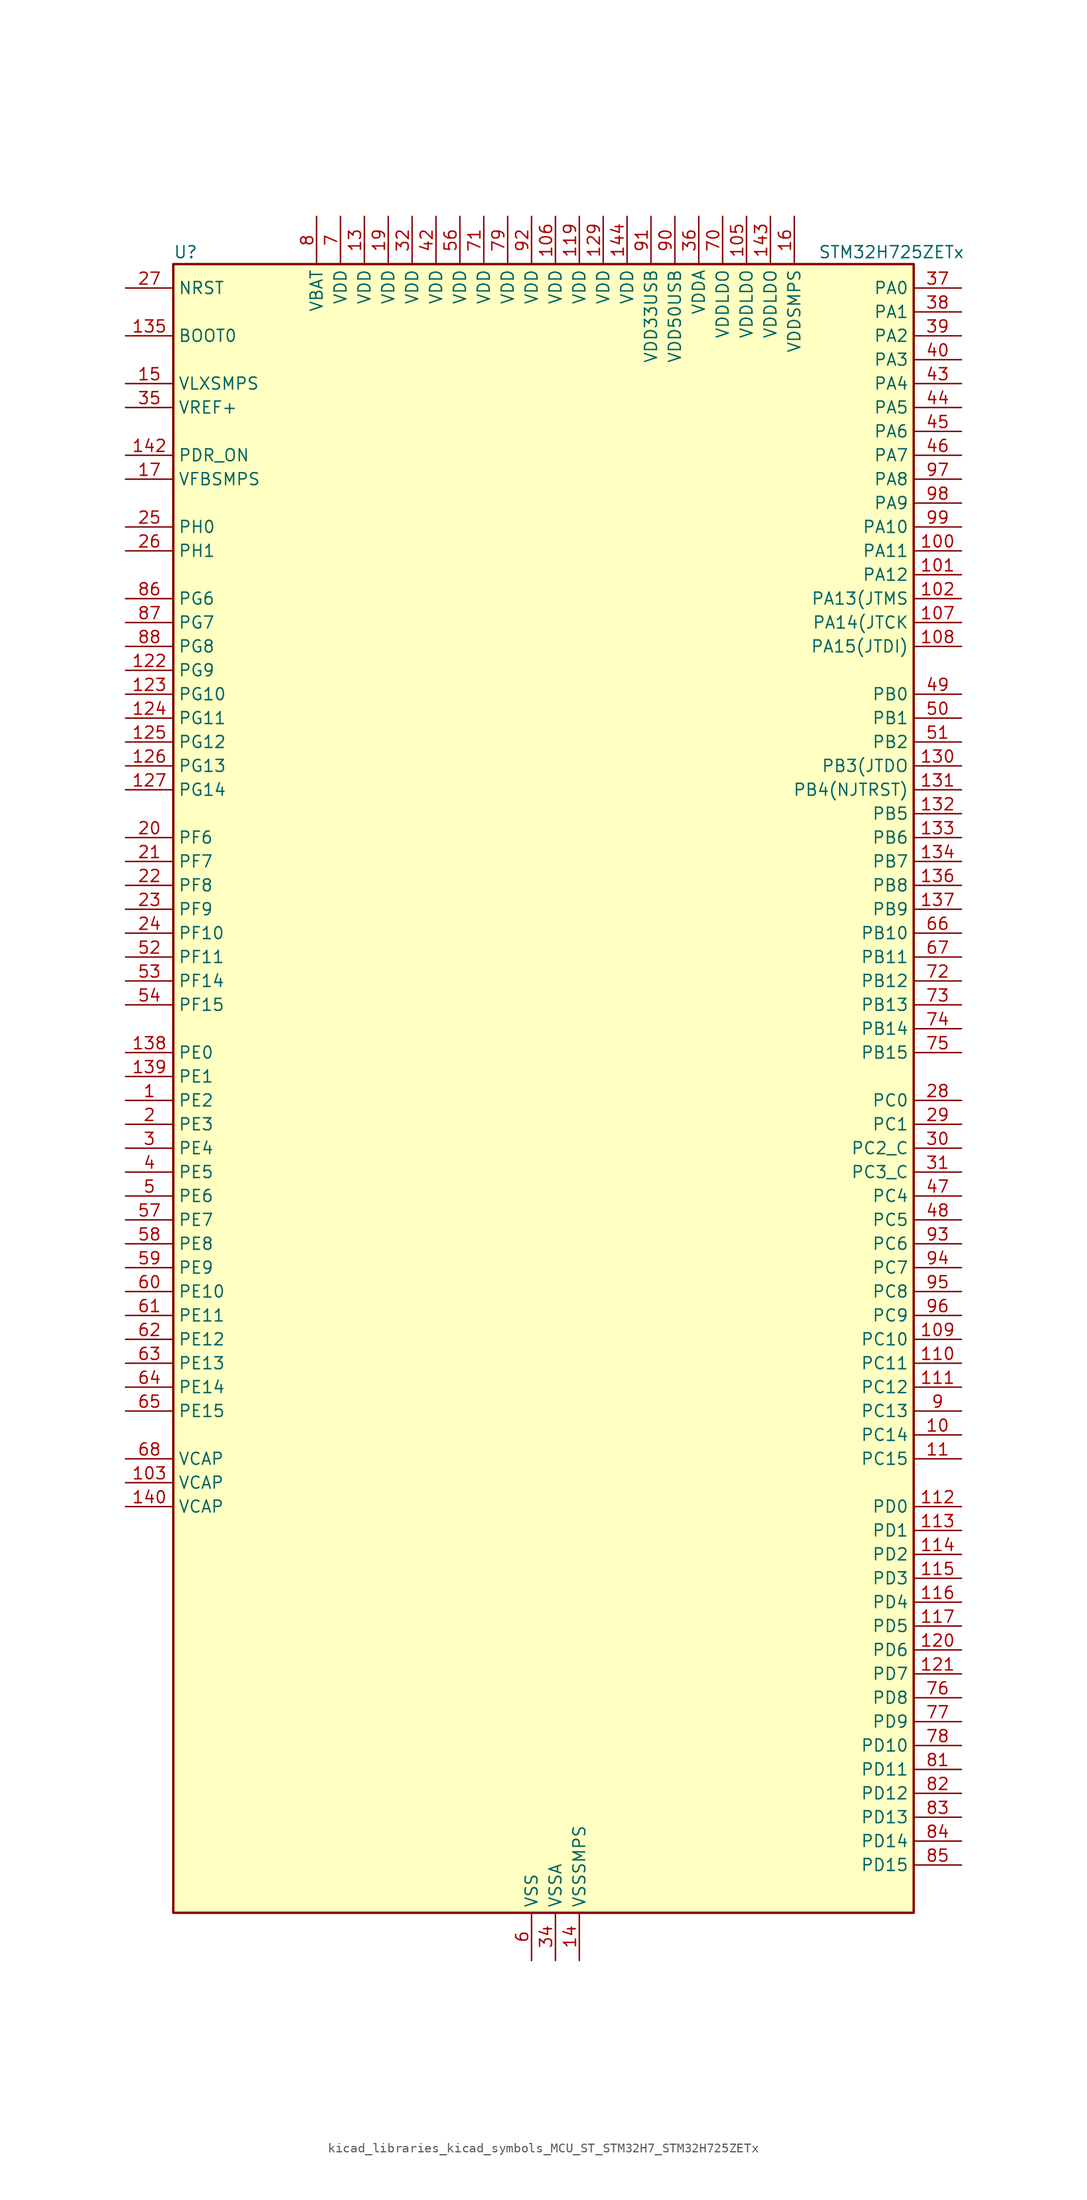
<source format=kicad_sym>
(kicad_symbol_lib
  (version 20220914)
  (generator kicad_symbol_editor)
  (symbol "kicad_libraries_kicad_symbols_MCU_ST_STM32H7_STM32H725ZETx"
    (property "Reference" "U"
      (at -38.1 90.17 0)
      (effects (font (size 1.27 1.27)) (justify left)))
    (property "Value" "STM32H725ZETx"
      (at 30.48 90.17 0)
      (effects (font (size 1.27 1.27)) (justify left)))
    (property "ki_locked" ""
      (at 0 0 0)
      (effects (font (size 1.27 1.27))))
    (symbol "kicad_libraries_kicad_symbols_MCU_ST_STM32H7_STM32H725ZETx_0_1"
      (rectangle (start -38.1 -86.36) (end 40.64 88.9) (stroke (width 0.254) (type default)) (fill (type background))))
    (symbol "kicad_libraries_kicad_symbols_MCU_ST_STM32H7_STM32H725ZETx_1_1"
      (pin bidirectional line (at -43.18 0 0) (length 5.08) (name "PE2" (effects (font (size 1.27 1.27)))) (number "1" (effects (font (size 1.27 1.27)))) (alternate "DEBUG_TRACECLK" bidirectional line) (alternate "ETH_TXD3" bidirectional line) (alternate "FMC_A23" bidirectional line) (alternate "OCTOSPIM_P1_IO2" bidirectional line) (alternate "SAI1_CK1" bidirectional line) (alternate "SAI1_MCLK_A" bidirectional line) (alternate "SAI4_CK1" bidirectional line) (alternate "SAI4_MCLK_A" bidirectional line) (alternate "SPI4_SCK" bidirectional line) (alternate "USART10_RX" bidirectional line))
      (pin bidirectional line (at 45.72 -35.56 180) (length 5.08) (name "PC14" (effects (font (size 1.27 1.27)))) (number "10" (effects (font (size 1.27 1.27)))) (alternate "RCC_OSC32_IN" bidirectional line))
      (pin bidirectional line (at 45.72 58.42 180) (length 5.08) (name "PA11" (effects (font (size 1.27 1.27)))) (number "100" (effects (font (size 1.27 1.27)))) (alternate "ADC1_EXTI11" bidirectional line) (alternate "ADC2_EXTI11" bidirectional line) (alternate "ADC3_EXTI11" bidirectional line) (alternate "FDCAN1_RX" bidirectional line) (alternate "I2S2_WS" bidirectional line) (alternate "LPUART1_CTS" bidirectional line) (alternate "LTDC_R4" bidirectional line) (alternate "SPI2_NSS" bidirectional line) (alternate "TIM1_CH4" bidirectional line) (alternate "UART4_RX" bidirectional line) (alternate "USART1_CTS" bidirectional line) (alternate "USART1_NSS" bidirectional line) (alternate "USB_OTG_HS_DM" bidirectional line))
      (pin bidirectional line (at 45.72 55.88 180) (length 5.08) (name "PA12" (effects (font (size 1.27 1.27)))) (number "101" (effects (font (size 1.27 1.27)))) (alternate "FDCAN1_TX" bidirectional line) (alternate "I2S2_CK" bidirectional line) (alternate "LPUART1_DE" bidirectional line) (alternate "LPUART1_RTS" bidirectional line) (alternate "LTDC_R5" bidirectional line) (alternate "SAI4_FS_B" bidirectional line) (alternate "SPI2_SCK" bidirectional line) (alternate "TIM1_BKIN2" bidirectional line) (alternate "TIM1_ETR" bidirectional line) (alternate "UART4_TX" bidirectional line) (alternate "USART1_DE" bidirectional line) (alternate "USART1_RTS" bidirectional line) (alternate "USB_OTG_HS_DP" bidirectional line))
      (pin bidirectional line (at 45.72 53.34 180) (length 5.08) (name "PA13(JTMS" (effects (font (size 1.27 1.27)))) (number "102" (effects (font (size 1.27 1.27)))) (alternate "DEBUG_JTMS-SWDIO" bidirectional line))
      (pin power_out line (at -43.18 -40.64 0) (length 5.08) (name "VCAP" (effects (font (size 1.27 1.27)))) (number "103" (effects (font (size 1.27 1.27)))))
      (pin passive line (at 0 -91.44 90) (length 5.08) hide (name "VSS" (effects (font (size 1.27 1.27)))) (number "104" (effects (font (size 1.27 1.27)))))
      (pin power_in line (at 22.86 93.98 270) (length 5.08) (name "VDDLDO" (effects (font (size 1.27 1.27)))) (number "105" (effects (font (size 1.27 1.27)))))
      (pin power_in line (at 2.54 93.98 270) (length 5.08) (name "VDD" (effects (font (size 1.27 1.27)))) (number "106" (effects (font (size 1.27 1.27)))))
      (pin bidirectional line (at 45.72 50.8 180) (length 5.08) (name "PA14(JTCK" (effects (font (size 1.27 1.27)))) (number "107" (effects (font (size 1.27 1.27)))) (alternate "DEBUG_JTCK-SWCLK" bidirectional line))
      (pin bidirectional line (at 45.72 48.26 180) (length 5.08) (name "PA15(JTDI)" (effects (font (size 1.27 1.27)))) (number "108" (effects (font (size 1.27 1.27)))) (alternate "ADC1_EXTI15" bidirectional line) (alternate "ADC2_EXTI15" bidirectional line) (alternate "ADC3_EXTI15" bidirectional line) (alternate "CEC" bidirectional line) (alternate "DEBUG_JTDI" bidirectional line) (alternate "I2S1_WS" bidirectional line) (alternate "I2S3_WS" bidirectional line) (alternate "I2S6_WS" bidirectional line) (alternate "LTDC_B6" bidirectional line) (alternate "LTDC_R3" bidirectional line) (alternate "SPI1_NSS" bidirectional line) (alternate "SPI3_NSS" bidirectional line) (alternate "SPI6_NSS" bidirectional line) (alternate "TIM2_CH1" bidirectional line) (alternate "TIM2_ETR" bidirectional line) (alternate "UART4_DE" bidirectional line) (alternate "UART4_RTS" bidirectional line) (alternate "UART7_TX" bidirectional line))
      (pin bidirectional line (at 45.72 -25.4 180) (length 5.08) (name "PC10" (effects (font (size 1.27 1.27)))) (number "109" (effects (font (size 1.27 1.27)))) (alternate "DCMI_D8" bidirectional line) (alternate "DFSDM1_CKIN5" bidirectional line) (alternate "I2C5_SDA" bidirectional line) (alternate "I2S3_CK" bidirectional line) (alternate "LTDC_B1" bidirectional line) (alternate "LTDC_R2" bidirectional line) (alternate "OCTOSPIM_P1_IO1" bidirectional line) (alternate "PSSI_D8" bidirectional line) (alternate "SDMMC1_D2" bidirectional line) (alternate "SPI3_SCK" bidirectional line) (alternate "SWPMI1_RX" bidirectional line) (alternate "UART4_TX" bidirectional line) (alternate "USART3_TX" bidirectional line))
      (pin bidirectional line (at 45.72 -38.1 180) (length 5.08) (name "PC15" (effects (font (size 1.27 1.27)))) (number "11" (effects (font (size 1.27 1.27)))) (alternate "ADC1_EXTI15" bidirectional line) (alternate "ADC2_EXTI15" bidirectional line) (alternate "ADC3_EXTI15" bidirectional line) (alternate "RCC_OSC32_OUT" bidirectional line))
      (pin bidirectional line (at 45.72 -27.94 180) (length 5.08) (name "PC11" (effects (font (size 1.27 1.27)))) (number "110" (effects (font (size 1.27 1.27)))) (alternate "ADC1_EXTI11" bidirectional line) (alternate "ADC2_EXTI11" bidirectional line) (alternate "ADC3_EXTI11" bidirectional line) (alternate "DCMI_D4" bidirectional line) (alternate "DFSDM1_DATIN5" bidirectional line) (alternate "I2C5_SCL" bidirectional line) (alternate "I2S3_SDI" bidirectional line) (alternate "LTDC_B4" bidirectional line) (alternate "OCTOSPIM_P1_NCS" bidirectional line) (alternate "PSSI_D4" bidirectional line) (alternate "SDMMC1_D3" bidirectional line) (alternate "SPI3_MISO" bidirectional line) (alternate "UART4_RX" bidirectional line) (alternate "USART3_RX" bidirectional line))
      (pin bidirectional line (at 45.72 -30.48 180) (length 5.08) (name "PC12" (effects (font (size 1.27 1.27)))) (number "111" (effects (font (size 1.27 1.27)))) (alternate "DCMI_D9" bidirectional line) (alternate "DEBUG_TRACED3" bidirectional line) (alternate "FMC_D6" bidirectional line) (alternate "FMC_DA6" bidirectional line) (alternate "I2C5_SMBA" bidirectional line) (alternate "I2S3_SDO" bidirectional line) (alternate "I2S6_CK" bidirectional line) (alternate "LTDC_R6" bidirectional line) (alternate "PSSI_D9" bidirectional line) (alternate "SDMMC1_CK" bidirectional line) (alternate "SPI3_MOSI" bidirectional line) (alternate "SPI6_SCK" bidirectional line) (alternate "TIM15_CH1" bidirectional line) (alternate "UART5_TX" bidirectional line) (alternate "USART3_CK" bidirectional line))
      (pin bidirectional line (at 45.72 -43.18 180) (length 5.08) (name "PD0" (effects (font (size 1.27 1.27)))) (number "112" (effects (font (size 1.27 1.27)))) (alternate "DFSDM1_CKIN6" bidirectional line) (alternate "FDCAN1_RX" bidirectional line) (alternate "FMC_D2" bidirectional line) (alternate "FMC_DA2" bidirectional line) (alternate "LTDC_B1" bidirectional line) (alternate "UART4_RX" bidirectional line) (alternate "UART9_CTS" bidirectional line))
      (pin bidirectional line (at 45.72 -45.72 180) (length 5.08) (name "PD1" (effects (font (size 1.27 1.27)))) (number "113" (effects (font (size 1.27 1.27)))) (alternate "DFSDM1_DATIN6" bidirectional line) (alternate "FDCAN1_TX" bidirectional line) (alternate "FMC_D3" bidirectional line) (alternate "FMC_DA3" bidirectional line) (alternate "UART4_TX" bidirectional line))
      (pin bidirectional line (at 45.72 -48.26 180) (length 5.08) (name "PD2" (effects (font (size 1.27 1.27)))) (number "114" (effects (font (size 1.27 1.27)))) (alternate "DCMI_D11" bidirectional line) (alternate "DEBUG_TRACED2" bidirectional line) (alternate "FMC_D7" bidirectional line) (alternate "FMC_DA7" bidirectional line) (alternate "LTDC_B2" bidirectional line) (alternate "LTDC_B7" bidirectional line) (alternate "PSSI_D11" bidirectional line) (alternate "SDMMC1_CMD" bidirectional line) (alternate "TIM15_BKIN" bidirectional line) (alternate "TIM3_ETR" bidirectional line) (alternate "UART5_RX" bidirectional line))
      (pin bidirectional line (at 45.72 -50.8 180) (length 5.08) (name "PD3" (effects (font (size 1.27 1.27)))) (number "115" (effects (font (size 1.27 1.27)))) (alternate "DCMI_D5" bidirectional line) (alternate "DFSDM1_CKOUT" bidirectional line) (alternate "FMC_CLK" bidirectional line) (alternate "I2S2_CK" bidirectional line) (alternate "LTDC_G7" bidirectional line) (alternate "PSSI_D5" bidirectional line) (alternate "SPI2_SCK" bidirectional line) (alternate "USART2_CTS" bidirectional line) (alternate "USART2_NSS" bidirectional line))
      (pin bidirectional line (at 45.72 -53.34 180) (length 5.08) (name "PD4" (effects (font (size 1.27 1.27)))) (number "116" (effects (font (size 1.27 1.27)))) (alternate "FMC_NOE" bidirectional line) (alternate "OCTOSPIM_P1_IO4" bidirectional line) (alternate "USART2_DE" bidirectional line) (alternate "USART2_RTS" bidirectional line))
      (pin bidirectional line (at 45.72 -55.88 180) (length 5.08) (name "PD5" (effects (font (size 1.27 1.27)))) (number "117" (effects (font (size 1.27 1.27)))) (alternate "FMC_NWE" bidirectional line) (alternate "OCTOSPIM_P1_IO5" bidirectional line) (alternate "USART2_TX" bidirectional line))
      (pin passive line (at 0 -91.44 90) (length 5.08) hide (name "VSS" (effects (font (size 1.27 1.27)))) (number "118" (effects (font (size 1.27 1.27)))))
      (pin power_in line (at 5.08 93.98 270) (length 5.08) (name "VDD" (effects (font (size 1.27 1.27)))) (number "119" (effects (font (size 1.27 1.27)))))
      (pin passive line (at 0 -91.44 90) (length 5.08) hide (name "VSS" (effects (font (size 1.27 1.27)))) (number "12" (effects (font (size 1.27 1.27)))))
      (pin bidirectional line (at 45.72 -58.42 180) (length 5.08) (name "PD6" (effects (font (size 1.27 1.27)))) (number "120" (effects (font (size 1.27 1.27)))) (alternate "DCMI_D10" bidirectional line) (alternate "DFSDM1_CKIN4" bidirectional line) (alternate "DFSDM1_DATIN1" bidirectional line) (alternate "FMC_NWAIT" bidirectional line) (alternate "I2S3_SDO" bidirectional line) (alternate "LTDC_B2" bidirectional line) (alternate "OCTOSPIM_P1_IO6" bidirectional line) (alternate "PSSI_D10" bidirectional line) (alternate "SAI1_D1" bidirectional line) (alternate "SAI1_SD_A" bidirectional line) (alternate "SAI4_D1" bidirectional line) (alternate "SAI4_SD_A" bidirectional line) (alternate "SDMMC2_CK" bidirectional line) (alternate "SPI3_MOSI" bidirectional line) (alternate "USART2_RX" bidirectional line))
      (pin bidirectional line (at 45.72 -60.96 180) (length 5.08) (name "PD7" (effects (font (size 1.27 1.27)))) (number "121" (effects (font (size 1.27 1.27)))) (alternate "DFSDM1_CKIN1" bidirectional line) (alternate "DFSDM1_DATIN4" bidirectional line) (alternate "FMC_NE1" bidirectional line) (alternate "I2S1_SDO" bidirectional line) (alternate "OCTOSPIM_P1_IO7" bidirectional line) (alternate "SDMMC2_CMD" bidirectional line) (alternate "SPDIFRX1_IN0" bidirectional line) (alternate "SPI1_MOSI" bidirectional line) (alternate "USART2_CK" bidirectional line))
      (pin bidirectional line (at -43.18 45.72 0) (length 5.08) (name "PG9" (effects (font (size 1.27 1.27)))) (number "122" (effects (font (size 1.27 1.27)))) (alternate "DAC1_EXTI9" bidirectional line) (alternate "DCMI_VSYNC" bidirectional line) (alternate "FDCAN3_TX" bidirectional line) (alternate "FMC_NCE" bidirectional line) (alternate "FMC_NE2" bidirectional line) (alternate "I2S1_SDI" bidirectional line) (alternate "OCTOSPIM_P1_IO6" bidirectional line) (alternate "PSSI_RDY" bidirectional line) (alternate "SAI4_FS_B" bidirectional line) (alternate "SDMMC2_D0" bidirectional line) (alternate "SPDIFRX1_IN3" bidirectional line) (alternate "SPI1_MISO" bidirectional line) (alternate "USART6_RX" bidirectional line))
      (pin bidirectional line (at -43.18 43.18 0) (length 5.08) (name "PG10" (effects (font (size 1.27 1.27)))) (number "123" (effects (font (size 1.27 1.27)))) (alternate "DCMI_D2" bidirectional line) (alternate "FDCAN3_RX" bidirectional line) (alternate "FMC_NE3" bidirectional line) (alternate "I2S1_WS" bidirectional line) (alternate "LTDC_B2" bidirectional line) (alternate "LTDC_G3" bidirectional line) (alternate "OCTOSPIM_P2_IO6" bidirectional line) (alternate "PSSI_D2" bidirectional line) (alternate "SAI4_SD_B" bidirectional line) (alternate "SDMMC2_D1" bidirectional line) (alternate "SPI1_NSS" bidirectional line))
      (pin bidirectional line (at -43.18 40.64 0) (length 5.08) (name "PG11" (effects (font (size 1.27 1.27)))) (number "124" (effects (font (size 1.27 1.27)))) (alternate "ADC1_EXTI11" bidirectional line) (alternate "ADC2_EXTI11" bidirectional line) (alternate "ADC3_EXTI11" bidirectional line) (alternate "DCMI_D3" bidirectional line) (alternate "ETH_TX_EN" bidirectional line) (alternate "I2S1_CK" bidirectional line) (alternate "LPTIM1_IN2" bidirectional line) (alternate "LTDC_B3" bidirectional line) (alternate "OCTOSPIM_P2_IO7" bidirectional line) (alternate "PSSI_D3" bidirectional line) (alternate "SDMMC2_D2" bidirectional line) (alternate "SPDIFRX1_IN0" bidirectional line) (alternate "SPI1_SCK" bidirectional line) (alternate "USART10_RX" bidirectional line))
      (pin bidirectional line (at -43.18 38.1 0) (length 5.08) (name "PG12" (effects (font (size 1.27 1.27)))) (number "125" (effects (font (size 1.27 1.27)))) (alternate "ETH_TXD1" bidirectional line) (alternate "FMC_NE4" bidirectional line) (alternate "I2S6_SDI" bidirectional line) (alternate "LPTIM1_IN1" bidirectional line) (alternate "LTDC_B1" bidirectional line) (alternate "LTDC_B4" bidirectional line) (alternate "OCTOSPIM_P2_NCS" bidirectional line) (alternate "SDMMC2_D3" bidirectional line) (alternate "SPDIFRX1_IN1" bidirectional line) (alternate "SPI6_MISO" bidirectional line) (alternate "TIM23_CH1" bidirectional line) (alternate "USART10_TX" bidirectional line) (alternate "USART6_DE" bidirectional line) (alternate "USART6_RTS" bidirectional line))
      (pin bidirectional line (at -43.18 35.56 0) (length 5.08) (name "PG13" (effects (font (size 1.27 1.27)))) (number "126" (effects (font (size 1.27 1.27)))) (alternate "DEBUG_TRACED0" bidirectional line) (alternate "ETH_TXD0" bidirectional line) (alternate "FMC_A24" bidirectional line) (alternate "I2S6_CK" bidirectional line) (alternate "LPTIM1_OUT" bidirectional line) (alternate "LTDC_R0" bidirectional line) (alternate "SDMMC2_D6" bidirectional line) (alternate "SPI6_SCK" bidirectional line) (alternate "TIM23_CH2" bidirectional line) (alternate "USART10_CTS" bidirectional line) (alternate "USART10_NSS" bidirectional line) (alternate "USART6_CTS" bidirectional line) (alternate "USART6_NSS" bidirectional line))
      (pin bidirectional line (at -43.18 33.02 0) (length 5.08) (name "PG14" (effects (font (size 1.27 1.27)))) (number "127" (effects (font (size 1.27 1.27)))) (alternate "DEBUG_TRACED1" bidirectional line) (alternate "ETH_TXD1" bidirectional line) (alternate "FMC_A25" bidirectional line) (alternate "I2S6_SDO" bidirectional line) (alternate "LPTIM1_ETR" bidirectional line) (alternate "LTDC_B0" bidirectional line) (alternate "OCTOSPIM_P1_IO7" bidirectional line) (alternate "SDMMC2_D7" bidirectional line) (alternate "SPI6_MOSI" bidirectional line) (alternate "TIM23_CH3" bidirectional line) (alternate "USART10_DE" bidirectional line) (alternate "USART10_RTS" bidirectional line) (alternate "USART6_TX" bidirectional line))
      (pin passive line (at 0 -91.44 90) (length 5.08) hide (name "VSS" (effects (font (size 1.27 1.27)))) (number "128" (effects (font (size 1.27 1.27)))))
      (pin power_in line (at 7.62 93.98 270) (length 5.08) (name "VDD" (effects (font (size 1.27 1.27)))) (number "129" (effects (font (size 1.27 1.27)))))
      (pin power_in line (at -17.78 93.98 270) (length 5.08) (name "VDD" (effects (font (size 1.27 1.27)))) (number "13" (effects (font (size 1.27 1.27)))))
      (pin bidirectional line (at 45.72 35.56 180) (length 5.08) (name "PB3(JTDO" (effects (font (size 1.27 1.27)))) (number "130" (effects (font (size 1.27 1.27)))) (alternate "CRS_SYNC" bidirectional line) (alternate "DEBUG_JTDO-SWO" bidirectional line) (alternate "I2S1_CK" bidirectional line) (alternate "I2S3_CK" bidirectional line) (alternate "I2S6_CK" bidirectional line) (alternate "SDMMC2_D2" bidirectional line) (alternate "SPI1_SCK" bidirectional line) (alternate "SPI3_SCK" bidirectional line) (alternate "SPI6_SCK" bidirectional line) (alternate "TIM24_ETR" bidirectional line) (alternate "TIM2_CH2" bidirectional line) (alternate "UART7_RX" bidirectional line))
      (pin bidirectional line (at 45.72 33.02 180) (length 5.08) (name "PB4(NJTRST)" (effects (font (size 1.27 1.27)))) (number "131" (effects (font (size 1.27 1.27)))) (alternate "DEBUG_JTRST" bidirectional line) (alternate "I2S1_SDI" bidirectional line) (alternate "I2S2_WS" bidirectional line) (alternate "I2S3_SDI" bidirectional line) (alternate "I2S6_SDI" bidirectional line) (alternate "SDMMC2_D3" bidirectional line) (alternate "SPI1_MISO" bidirectional line) (alternate "SPI2_NSS" bidirectional line) (alternate "SPI3_MISO" bidirectional line) (alternate "SPI6_MISO" bidirectional line) (alternate "TIM16_BKIN" bidirectional line) (alternate "TIM3_CH1" bidirectional line) (alternate "UART7_TX" bidirectional line))
      (pin bidirectional line (at 45.72 30.48 180) (length 5.08) (name "PB5" (effects (font (size 1.27 1.27)))) (number "132" (effects (font (size 1.27 1.27)))) (alternate "DCMI_D10" bidirectional line) (alternate "ETH_PPS_OUT" bidirectional line) (alternate "FDCAN2_RX" bidirectional line) (alternate "FMC_SDCKE1" bidirectional line) (alternate "I2C1_SMBA" bidirectional line) (alternate "I2C4_SMBA" bidirectional line) (alternate "I2S1_SDO" bidirectional line) (alternate "I2S3_SDO" bidirectional line) (alternate "I2S6_SDO" bidirectional line) (alternate "LTDC_B5" bidirectional line) (alternate "PSSI_D10" bidirectional line) (alternate "SPI1_MOSI" bidirectional line) (alternate "SPI3_MOSI" bidirectional line) (alternate "SPI6_MOSI" bidirectional line) (alternate "TIM17_BKIN" bidirectional line) (alternate "TIM3_CH2" bidirectional line) (alternate "UART5_RX" bidirectional line) (alternate "USB_OTG_HS_ULPI_D7" bidirectional line))
      (pin bidirectional line (at 45.72 27.94 180) (length 5.08) (name "PB6" (effects (font (size 1.27 1.27)))) (number "133" (effects (font (size 1.27 1.27)))) (alternate "CEC" bidirectional line) (alternate "DCMI_D5" bidirectional line) (alternate "DFSDM1_DATIN5" bidirectional line) (alternate "FDCAN2_TX" bidirectional line) (alternate "FMC_SDNE1" bidirectional line) (alternate "I2C1_SCL" bidirectional line) (alternate "I2C4_SCL" bidirectional line) (alternate "LPUART1_TX" bidirectional line) (alternate "OCTOSPIM_P1_NCS" bidirectional line) (alternate "PSSI_D5" bidirectional line) (alternate "TIM16_CH1N" bidirectional line) (alternate "TIM4_CH1" bidirectional line) (alternate "UART5_TX" bidirectional line) (alternate "USART1_TX" bidirectional line))
      (pin bidirectional line (at 45.72 25.4 180) (length 5.08) (name "PB7" (effects (font (size 1.27 1.27)))) (number "134" (effects (font (size 1.27 1.27)))) (alternate "DCMI_VSYNC" bidirectional line) (alternate "DFSDM1_CKIN5" bidirectional line) (alternate "FMC_NL" bidirectional line) (alternate "I2C1_SDA" bidirectional line) (alternate "I2C4_SDA" bidirectional line) (alternate "LPUART1_RX" bidirectional line) (alternate "PSSI_RDY" bidirectional line) (alternate "PWR_PVD_IN" bidirectional line) (alternate "TIM17_CH1N" bidirectional line) (alternate "TIM4_CH2" bidirectional line) (alternate "USART1_RX" bidirectional line))
      (pin input line (at -43.18 81.28 0) (length 5.08) (name "BOOT0" (effects (font (size 1.27 1.27)))) (number "135" (effects (font (size 1.27 1.27)))))
      (pin bidirectional line (at 45.72 22.86 180) (length 5.08) (name "PB8" (effects (font (size 1.27 1.27)))) (number "136" (effects (font (size 1.27 1.27)))) (alternate "DCMI_D6" bidirectional line) (alternate "DFSDM1_CKIN7" bidirectional line) (alternate "ETH_TXD3" bidirectional line) (alternate "FDCAN1_RX" bidirectional line) (alternate "I2C1_SCL" bidirectional line) (alternate "I2C4_SCL" bidirectional line) (alternate "LTDC_B6" bidirectional line) (alternate "PSSI_D6" bidirectional line) (alternate "SDMMC1_CKIN" bidirectional line) (alternate "SDMMC1_D4" bidirectional line) (alternate "SDMMC2_D4" bidirectional line) (alternate "TIM16_CH1" bidirectional line) (alternate "TIM4_CH3" bidirectional line) (alternate "UART4_RX" bidirectional line))
      (pin bidirectional line (at 45.72 20.32 180) (length 5.08) (name "PB9" (effects (font (size 1.27 1.27)))) (number "137" (effects (font (size 1.27 1.27)))) (alternate "DAC1_EXTI9" bidirectional line) (alternate "DCMI_D7" bidirectional line) (alternate "DFSDM1_DATIN7" bidirectional line) (alternate "FDCAN1_TX" bidirectional line) (alternate "I2C1_SDA" bidirectional line) (alternate "I2C4_SDA" bidirectional line) (alternate "I2C4_SMBA" bidirectional line) (alternate "I2S2_WS" bidirectional line) (alternate "LTDC_B7" bidirectional line) (alternate "PSSI_D7" bidirectional line) (alternate "SDMMC1_CDIR" bidirectional line) (alternate "SDMMC1_D5" bidirectional line) (alternate "SDMMC2_D5" bidirectional line) (alternate "SPI2_NSS" bidirectional line) (alternate "TIM17_CH1" bidirectional line) (alternate "TIM4_CH4" bidirectional line) (alternate "UART4_TX" bidirectional line))
      (pin bidirectional line (at -43.18 5.08 0) (length 5.08) (name "PE0" (effects (font (size 1.27 1.27)))) (number "138" (effects (font (size 1.27 1.27)))) (alternate "DCMI_D2" bidirectional line) (alternate "FMC_NBL0" bidirectional line) (alternate "LPTIM1_ETR" bidirectional line) (alternate "LPTIM2_ETR" bidirectional line) (alternate "LTDC_R0" bidirectional line) (alternate "PSSI_D2" bidirectional line) (alternate "SAI4_MCLK_A" bidirectional line) (alternate "TIM4_ETR" bidirectional line) (alternate "UART8_RX" bidirectional line))
      (pin bidirectional line (at -43.18 2.54 0) (length 5.08) (name "PE1" (effects (font (size 1.27 1.27)))) (number "139" (effects (font (size 1.27 1.27)))) (alternate "DCMI_D3" bidirectional line) (alternate "FMC_NBL1" bidirectional line) (alternate "LPTIM1_IN2" bidirectional line) (alternate "LTDC_R6" bidirectional line) (alternate "PSSI_D3" bidirectional line) (alternate "UART8_TX" bidirectional line))
      (pin power_in line (at 5.08 -91.44 90) (length 5.08) (name "VSSSMPS" (effects (font (size 1.27 1.27)))) (number "14" (effects (font (size 1.27 1.27)))))
      (pin power_out line (at -43.18 -43.18 0) (length 5.08) (name "VCAP" (effects (font (size 1.27 1.27)))) (number "140" (effects (font (size 1.27 1.27)))))
      (pin passive line (at 0 -91.44 90) (length 5.08) hide (name "VSS" (effects (font (size 1.27 1.27)))) (number "141" (effects (font (size 1.27 1.27)))))
      (pin input line (at -43.18 68.58 0) (length 5.08) (name "PDR_ON" (effects (font (size 1.27 1.27)))) (number "142" (effects (font (size 1.27 1.27)))))
      (pin power_in line (at 25.4 93.98 270) (length 5.08) (name "VDDLDO" (effects (font (size 1.27 1.27)))) (number "143" (effects (font (size 1.27 1.27)))))
      (pin power_in line (at 10.16 93.98 270) (length 5.08) (name "VDD" (effects (font (size 1.27 1.27)))) (number "144" (effects (font (size 1.27 1.27)))))
      (pin power_in line (at -43.18 76.2 0) (length 5.08) (name "VLXSMPS" (effects (font (size 1.27 1.27)))) (number "15" (effects (font (size 1.27 1.27)))))
      (pin power_in line (at 27.94 93.98 270) (length 5.08) (name "VDDSMPS" (effects (font (size 1.27 1.27)))) (number "16" (effects (font (size 1.27 1.27)))))
      (pin input line (at -43.18 66.04 0) (length 5.08) (name "VFBSMPS" (effects (font (size 1.27 1.27)))) (number "17" (effects (font (size 1.27 1.27)))))
      (pin passive line (at 0 -91.44 90) (length 5.08) hide (name "VSS" (effects (font (size 1.27 1.27)))) (number "18" (effects (font (size 1.27 1.27)))))
      (pin power_in line (at -15.24 93.98 270) (length 5.08) (name "VDD" (effects (font (size 1.27 1.27)))) (number "19" (effects (font (size 1.27 1.27)))))
      (pin bidirectional line (at -43.18 -2.54 0) (length 5.08) (name "PE3" (effects (font (size 1.27 1.27)))) (number "2" (effects (font (size 1.27 1.27)))) (alternate "DEBUG_TRACED0" bidirectional line) (alternate "FMC_A19" bidirectional line) (alternate "SAI1_SD_B" bidirectional line) (alternate "SAI4_SD_B" bidirectional line) (alternate "TIM15_BKIN" bidirectional line) (alternate "USART10_TX" bidirectional line))
      (pin bidirectional line (at -43.18 27.94 0) (length 5.08) (name "PF6" (effects (font (size 1.27 1.27)))) (number "20" (effects (font (size 1.27 1.27)))) (alternate "ADC3_INN4" bidirectional line) (alternate "ADC3_INP8" bidirectional line) (alternate "FDCAN3_RX" bidirectional line) (alternate "OCTOSPIM_P1_IO3" bidirectional line) (alternate "SAI1_SD_B" bidirectional line) (alternate "SAI4_SD_B" bidirectional line) (alternate "SPI5_NSS" bidirectional line) (alternate "TIM16_CH1" bidirectional line) (alternate "TIM23_CH1" bidirectional line) (alternate "UART7_RX" bidirectional line))
      (pin bidirectional line (at -43.18 25.4 0) (length 5.08) (name "PF7" (effects (font (size 1.27 1.27)))) (number "21" (effects (font (size 1.27 1.27)))) (alternate "ADC3_INP3" bidirectional line) (alternate "FDCAN3_TX" bidirectional line) (alternate "OCTOSPIM_P1_IO2" bidirectional line) (alternate "SAI1_MCLK_B" bidirectional line) (alternate "SAI4_MCLK_B" bidirectional line) (alternate "SPI5_SCK" bidirectional line) (alternate "TIM17_CH1" bidirectional line) (alternate "TIM23_CH2" bidirectional line) (alternate "UART7_TX" bidirectional line))
      (pin bidirectional line (at -43.18 22.86 0) (length 5.08) (name "PF8" (effects (font (size 1.27 1.27)))) (number "22" (effects (font (size 1.27 1.27)))) (alternate "ADC3_INN3" bidirectional line) (alternate "ADC3_INP7" bidirectional line) (alternate "OCTOSPIM_P1_IO0" bidirectional line) (alternate "SAI1_SCK_B" bidirectional line) (alternate "SAI4_SCK_B" bidirectional line) (alternate "SPI5_MISO" bidirectional line) (alternate "TIM13_CH1" bidirectional line) (alternate "TIM16_CH1N" bidirectional line) (alternate "TIM23_CH3" bidirectional line) (alternate "UART7_DE" bidirectional line) (alternate "UART7_RTS" bidirectional line))
      (pin bidirectional line (at -43.18 20.32 0) (length 5.08) (name "PF9" (effects (font (size 1.27 1.27)))) (number "23" (effects (font (size 1.27 1.27)))) (alternate "ADC3_INP2" bidirectional line) (alternate "DAC1_EXTI9" bidirectional line) (alternate "OCTOSPIM_P1_IO1" bidirectional line) (alternate "SAI1_FS_B" bidirectional line) (alternate "SAI4_FS_B" bidirectional line) (alternate "SPI5_MOSI" bidirectional line) (alternate "TIM14_CH1" bidirectional line) (alternate "TIM17_CH1N" bidirectional line) (alternate "TIM23_CH4" bidirectional line) (alternate "UART7_CTS" bidirectional line))
      (pin bidirectional line (at -43.18 17.78 0) (length 5.08) (name "PF10" (effects (font (size 1.27 1.27)))) (number "24" (effects (font (size 1.27 1.27)))) (alternate "ADC3_INN2" bidirectional line) (alternate "ADC3_INP6" bidirectional line) (alternate "DCMI_D11" bidirectional line) (alternate "LTDC_DE" bidirectional line) (alternate "OCTOSPIM_P1_CLK" bidirectional line) (alternate "PSSI_D11" bidirectional line) (alternate "PSSI_D15" bidirectional line) (alternate "SAI1_D3" bidirectional line) (alternate "SAI4_D3" bidirectional line) (alternate "TIM16_BKIN" bidirectional line))
      (pin bidirectional line (at -43.18 60.96 0) (length 5.08) (name "PH0" (effects (font (size 1.27 1.27)))) (number "25" (effects (font (size 1.27 1.27)))) (alternate "RCC_OSC_IN" bidirectional line))
      (pin bidirectional line (at -43.18 58.42 0) (length 5.08) (name "PH1" (effects (font (size 1.27 1.27)))) (number "26" (effects (font (size 1.27 1.27)))) (alternate "RCC_OSC_OUT" bidirectional line))
      (pin input line (at -43.18 86.36 0) (length 5.08) (name "NRST" (effects (font (size 1.27 1.27)))) (number "27" (effects (font (size 1.27 1.27)))))
      (pin bidirectional line (at 45.72 0 180) (length 5.08) (name "PC0" (effects (font (size 1.27 1.27)))) (number "28" (effects (font (size 1.27 1.27)))) (alternate "ADC1_INP10" bidirectional line) (alternate "ADC2_INP10" bidirectional line) (alternate "ADC3_INP10" bidirectional line) (alternate "DFSDM1_CKIN0" bidirectional line) (alternate "DFSDM1_DATIN4" bidirectional line) (alternate "FMC_A25" bidirectional line) (alternate "FMC_D12" bidirectional line) (alternate "FMC_DA12" bidirectional line) (alternate "FMC_SDNWE" bidirectional line) (alternate "LTDC_G2" bidirectional line) (alternate "LTDC_R5" bidirectional line) (alternate "SAI4_FS_B" bidirectional line) (alternate "USB_OTG_HS_ULPI_STP" bidirectional line))
      (pin bidirectional line (at 45.72 -2.54 180) (length 5.08) (name "PC1" (effects (font (size 1.27 1.27)))) (number "29" (effects (font (size 1.27 1.27)))) (alternate "ADC1_INN10" bidirectional line) (alternate "ADC1_INP11" bidirectional line) (alternate "ADC2_INN10" bidirectional line) (alternate "ADC2_INP11" bidirectional line) (alternate "ADC3_INN10" bidirectional line) (alternate "ADC3_INP11" bidirectional line) (alternate "DEBUG_TRACED0" bidirectional line) (alternate "DFSDM1_CKIN4" bidirectional line) (alternate "DFSDM1_DATIN0" bidirectional line) (alternate "ETH_MDC" bidirectional line) (alternate "I2S2_SDO" bidirectional line) (alternate "LTDC_G5" bidirectional line) (alternate "MDIOS_MDC" bidirectional line) (alternate "OCTOSPIM_P1_IO4" bidirectional line) (alternate "PWR_WKUP6" bidirectional line) (alternate "RTC_TAMP3" bidirectional line) (alternate "SAI1_D1" bidirectional line) (alternate "SAI1_SD_A" bidirectional line) (alternate "SAI4_D1" bidirectional line) (alternate "SAI4_SD_A" bidirectional line) (alternate "SDMMC2_CK" bidirectional line) (alternate "SPI2_MOSI" bidirectional line))
      (pin bidirectional line (at -43.18 -5.08 0) (length 5.08) (name "PE4" (effects (font (size 1.27 1.27)))) (number "3" (effects (font (size 1.27 1.27)))) (alternate "DCMI_D4" bidirectional line) (alternate "DEBUG_TRACED1" bidirectional line) (alternate "DFSDM1_DATIN3" bidirectional line) (alternate "FMC_A20" bidirectional line) (alternate "LTDC_B0" bidirectional line) (alternate "PSSI_D4" bidirectional line) (alternate "SAI1_D2" bidirectional line) (alternate "SAI1_FS_A" bidirectional line) (alternate "SAI4_D2" bidirectional line) (alternate "SAI4_FS_A" bidirectional line) (alternate "SPI4_NSS" bidirectional line) (alternate "TIM15_CH1N" bidirectional line))
      (pin bidirectional line (at 45.72 -5.08 180) (length 5.08) (name "PC2_C" (effects (font (size 1.27 1.27)))) (number "30" (effects (font (size 1.27 1.27)))) (alternate "ADC3_INN1" bidirectional line) (alternate "ADC3_INP0" bidirectional line) (alternate "DFSDM1_CKIN1" bidirectional line) (alternate "DFSDM1_CKOUT" bidirectional line) (alternate "ETH_TXD2" bidirectional line) (alternate "FMC_SDNE0" bidirectional line) (alternate "I2S2_SDI" bidirectional line) (alternate "OCTOSPIM_P1_IO2" bidirectional line) (alternate "OCTOSPIM_P1_IO5" bidirectional line) (alternate "PWR_CSTOP" bidirectional line) (alternate "SPI2_MISO" bidirectional line) (alternate "USB_OTG_HS_ULPI_DIR" bidirectional line))
      (pin bidirectional line (at 45.72 -7.62 180) (length 5.08) (name "PC3_C" (effects (font (size 1.27 1.27)))) (number "31" (effects (font (size 1.27 1.27)))) (alternate "ADC3_INP1" bidirectional line) (alternate "DFSDM1_DATIN1" bidirectional line) (alternate "ETH_TX_CLK" bidirectional line) (alternate "FMC_SDCKE0" bidirectional line) (alternate "I2S2_SDO" bidirectional line) (alternate "OCTOSPIM_P1_IO0" bidirectional line) (alternate "OCTOSPIM_P1_IO6" bidirectional line) (alternate "PWR_CSLEEP" bidirectional line) (alternate "SPI2_MOSI" bidirectional line) (alternate "USB_OTG_HS_ULPI_NXT" bidirectional line))
      (pin power_in line (at -12.7 93.98 270) (length 5.08) (name "VDD" (effects (font (size 1.27 1.27)))) (number "32" (effects (font (size 1.27 1.27)))))
      (pin passive line (at 0 -91.44 90) (length 5.08) hide (name "VSS" (effects (font (size 1.27 1.27)))) (number "33" (effects (font (size 1.27 1.27)))))
      (pin power_in line (at 2.54 -91.44 90) (length 5.08) (name "VSSA" (effects (font (size 1.27 1.27)))) (number "34" (effects (font (size 1.27 1.27)))))
      (pin input line (at -43.18 73.66 0) (length 5.08) (name "VREF+" (effects (font (size 1.27 1.27)))) (number "35" (effects (font (size 1.27 1.27)))) (alternate "VREFBUF_OUT" bidirectional line))
      (pin power_in line (at 17.78 93.98 270) (length 5.08) (name "VDDA" (effects (font (size 1.27 1.27)))) (number "36" (effects (font (size 1.27 1.27)))))
      (pin bidirectional line (at 45.72 86.36 180) (length 5.08) (name "PA0" (effects (font (size 1.27 1.27)))) (number "37" (effects (font (size 1.27 1.27)))) (alternate "ADC1_INP16" bidirectional line) (alternate "ETH_CRS" bidirectional line) (alternate "FMC_A19" bidirectional line) (alternate "I2S6_WS" bidirectional line) (alternate "PWR_WKUP1" bidirectional line) (alternate "SAI4_SD_B" bidirectional line) (alternate "SDMMC2_CMD" bidirectional line) (alternate "SPI6_NSS" bidirectional line) (alternate "TIM15_BKIN" bidirectional line) (alternate "TIM2_CH1" bidirectional line) (alternate "TIM2_ETR" bidirectional line) (alternate "TIM5_CH1" bidirectional line) (alternate "TIM8_ETR" bidirectional line) (alternate "UART4_TX" bidirectional line) (alternate "USART2_CTS" bidirectional line) (alternate "USART2_NSS" bidirectional line))
      (pin bidirectional line (at 45.72 83.82 180) (length 5.08) (name "PA1" (effects (font (size 1.27 1.27)))) (number "38" (effects (font (size 1.27 1.27)))) (alternate "ADC1_INN16" bidirectional line) (alternate "ADC1_INP17" bidirectional line) (alternate "ETH_REF_CLK" bidirectional line) (alternate "ETH_RX_CLK" bidirectional line) (alternate "LPTIM3_OUT" bidirectional line) (alternate "LTDC_R2" bidirectional line) (alternate "OCTOSPIM_P1_DQS" bidirectional line) (alternate "OCTOSPIM_P1_IO3" bidirectional line) (alternate "SAI4_MCLK_B" bidirectional line) (alternate "TIM15_CH1N" bidirectional line) (alternate "TIM2_CH2" bidirectional line) (alternate "TIM5_CH2" bidirectional line) (alternate "UART4_RX" bidirectional line) (alternate "USART2_DE" bidirectional line) (alternate "USART2_RTS" bidirectional line))
      (pin bidirectional line (at 45.72 81.28 180) (length 5.08) (name "PA2" (effects (font (size 1.27 1.27)))) (number "39" (effects (font (size 1.27 1.27)))) (alternate "ADC1_INP14" bidirectional line) (alternate "ADC2_INP14" bidirectional line) (alternate "ETH_MDIO" bidirectional line) (alternate "LPTIM4_OUT" bidirectional line) (alternate "LTDC_R1" bidirectional line) (alternate "MDIOS_MDIO" bidirectional line) (alternate "OCTOSPIM_P1_IO0" bidirectional line) (alternate "PWR_WKUP2" bidirectional line) (alternate "SAI4_SCK_B" bidirectional line) (alternate "TIM15_CH1" bidirectional line) (alternate "TIM2_CH3" bidirectional line) (alternate "TIM5_CH3" bidirectional line) (alternate "USART2_TX" bidirectional line))
      (pin bidirectional line (at -43.18 -7.62 0) (length 5.08) (name "PE5" (effects (font (size 1.27 1.27)))) (number "4" (effects (font (size 1.27 1.27)))) (alternate "DCMI_D6" bidirectional line) (alternate "DEBUG_TRACED2" bidirectional line) (alternate "DFSDM1_CKIN3" bidirectional line) (alternate "FMC_A21" bidirectional line) (alternate "LTDC_G0" bidirectional line) (alternate "PSSI_D6" bidirectional line) (alternate "SAI1_CK2" bidirectional line) (alternate "SAI1_SCK_A" bidirectional line) (alternate "SAI4_CK2" bidirectional line) (alternate "SAI4_SCK_A" bidirectional line) (alternate "SPI4_MISO" bidirectional line) (alternate "TIM15_CH1" bidirectional line))
      (pin bidirectional line (at 45.72 78.74 180) (length 5.08) (name "PA3" (effects (font (size 1.27 1.27)))) (number "40" (effects (font (size 1.27 1.27)))) (alternate "ADC1_INP15" bidirectional line) (alternate "ADC2_INP15" bidirectional line) (alternate "ETH_COL" bidirectional line) (alternate "I2S6_MCK" bidirectional line) (alternate "LPTIM5_OUT" bidirectional line) (alternate "LTDC_B2" bidirectional line) (alternate "LTDC_B5" bidirectional line) (alternate "OCTOSPIM_P1_CLK" bidirectional line) (alternate "OCTOSPIM_P1_IO2" bidirectional line) (alternate "TIM15_CH2" bidirectional line) (alternate "TIM2_CH4" bidirectional line) (alternate "TIM5_CH4" bidirectional line) (alternate "USART2_RX" bidirectional line) (alternate "USB_OTG_HS_ULPI_D0" bidirectional line))
      (pin passive line (at 0 -91.44 90) (length 5.08) hide (name "VSS" (effects (font (size 1.27 1.27)))) (number "41" (effects (font (size 1.27 1.27)))))
      (pin power_in line (at -10.16 93.98 270) (length 5.08) (name "VDD" (effects (font (size 1.27 1.27)))) (number "42" (effects (font (size 1.27 1.27)))))
      (pin bidirectional line (at 45.72 76.2 180) (length 5.08) (name "PA4" (effects (font (size 1.27 1.27)))) (number "43" (effects (font (size 1.27 1.27)))) (alternate "ADC1_INP18" bidirectional line) (alternate "ADC2_INP18" bidirectional line) (alternate "DAC1_OUT1" bidirectional line) (alternate "DCMI_HSYNC" bidirectional line) (alternate "FMC_D8" bidirectional line) (alternate "FMC_DA8" bidirectional line) (alternate "I2S1_WS" bidirectional line) (alternate "I2S3_WS" bidirectional line) (alternate "I2S6_WS" bidirectional line) (alternate "LTDC_VSYNC" bidirectional line) (alternate "PSSI_DE" bidirectional line) (alternate "SPI1_NSS" bidirectional line) (alternate "SPI3_NSS" bidirectional line) (alternate "SPI6_NSS" bidirectional line) (alternate "TIM5_ETR" bidirectional line) (alternate "USART2_CK" bidirectional line))
      (pin bidirectional line (at 45.72 73.66 180) (length 5.08) (name "PA5" (effects (font (size 1.27 1.27)))) (number "44" (effects (font (size 1.27 1.27)))) (alternate "ADC1_INN18" bidirectional line) (alternate "ADC1_INP19" bidirectional line) (alternate "ADC2_INN18" bidirectional line) (alternate "ADC2_INP19" bidirectional line) (alternate "DAC1_OUT2" bidirectional line) (alternate "FMC_D9" bidirectional line) (alternate "FMC_DA9" bidirectional line) (alternate "I2S1_CK" bidirectional line) (alternate "I2S6_CK" bidirectional line) (alternate "LTDC_R4" bidirectional line) (alternate "PSSI_D14" bidirectional line) (alternate "PWR_NDSTOP2" bidirectional line) (alternate "SPI1_SCK" bidirectional line) (alternate "SPI6_SCK" bidirectional line) (alternate "TIM2_CH1" bidirectional line) (alternate "TIM2_ETR" bidirectional line) (alternate "TIM8_CH1N" bidirectional line) (alternate "USB_OTG_HS_ULPI_CK" bidirectional line))
      (pin bidirectional line (at 45.72 71.12 180) (length 5.08) (name "PA6" (effects (font (size 1.27 1.27)))) (number "45" (effects (font (size 1.27 1.27)))) (alternate "ADC1_INP3" bidirectional line) (alternate "ADC2_INP3" bidirectional line) (alternate "DCMI_PIXCLK" bidirectional line) (alternate "I2S1_SDI" bidirectional line) (alternate "I2S6_SDI" bidirectional line) (alternate "LTDC_G2" bidirectional line) (alternate "MDIOS_MDC" bidirectional line) (alternate "OCTOSPIM_P1_IO3" bidirectional line) (alternate "PSSI_PDCK" bidirectional line) (alternate "SPI1_MISO" bidirectional line) (alternate "SPI6_MISO" bidirectional line) (alternate "TIM13_CH1" bidirectional line) (alternate "TIM1_BKIN" bidirectional line) (alternate "TIM1_BKIN_COMP1" bidirectional line) (alternate "TIM1_BKIN_COMP2" bidirectional line) (alternate "TIM3_CH1" bidirectional line) (alternate "TIM8_BKIN" bidirectional line) (alternate "TIM8_BKIN_COMP1" bidirectional line) (alternate "TIM8_BKIN_COMP2" bidirectional line))
      (pin bidirectional line (at 45.72 68.58 180) (length 5.08) (name "PA7" (effects (font (size 1.27 1.27)))) (number "46" (effects (font (size 1.27 1.27)))) (alternate "ADC1_INN3" bidirectional line) (alternate "ADC1_INP7" bidirectional line) (alternate "ADC2_INN3" bidirectional line) (alternate "ADC2_INP7" bidirectional line) (alternate "ETH_CRS_DV" bidirectional line) (alternate "ETH_RX_DV" bidirectional line) (alternate "FMC_SDNWE" bidirectional line) (alternate "I2S1_SDO" bidirectional line) (alternate "I2S6_SDO" bidirectional line) (alternate "LTDC_VSYNC" bidirectional line) (alternate "OCTOSPIM_P1_IO2" bidirectional line) (alternate "OPAMP1_VINM" bidirectional line) (alternate "SPI1_MOSI" bidirectional line) (alternate "SPI6_MOSI" bidirectional line) (alternate "TIM14_CH1" bidirectional line) (alternate "TIM1_CH1N" bidirectional line) (alternate "TIM3_CH2" bidirectional line) (alternate "TIM8_CH1N" bidirectional line))
      (pin bidirectional line (at 45.72 -10.16 180) (length 5.08) (name "PC4" (effects (font (size 1.27 1.27)))) (number "47" (effects (font (size 1.27 1.27)))) (alternate "ADC1_INP4" bidirectional line) (alternate "ADC2_INP4" bidirectional line) (alternate "COMP1_INM" bidirectional line) (alternate "DFSDM1_CKIN2" bidirectional line) (alternate "ETH_RXD0" bidirectional line) (alternate "FMC_A22" bidirectional line) (alternate "FMC_SDNE0" bidirectional line) (alternate "I2S1_MCK" bidirectional line) (alternate "LTDC_R7" bidirectional line) (alternate "OPAMP1_VOUT" bidirectional line) (alternate "SDMMC2_CKIN" bidirectional line) (alternate "SPDIFRX1_IN2" bidirectional line))
      (pin bidirectional line (at 45.72 -12.7 180) (length 5.08) (name "PC5" (effects (font (size 1.27 1.27)))) (number "48" (effects (font (size 1.27 1.27)))) (alternate "ADC1_INN4" bidirectional line) (alternate "ADC1_INP8" bidirectional line) (alternate "ADC2_INN4" bidirectional line) (alternate "ADC2_INP8" bidirectional line) (alternate "COMP1_OUT" bidirectional line) (alternate "DFSDM1_DATIN2" bidirectional line) (alternate "ETH_RXD1" bidirectional line) (alternate "FMC_SDCKE0" bidirectional line) (alternate "LTDC_DE" bidirectional line) (alternate "OCTOSPIM_P1_DQS" bidirectional line) (alternate "OPAMP1_VINM" bidirectional line) (alternate "PSSI_D15" bidirectional line) (alternate "SAI1_D3" bidirectional line) (alternate "SAI4_D3" bidirectional line) (alternate "SPDIFRX1_IN3" bidirectional line))
      (pin bidirectional line (at 45.72 43.18 180) (length 5.08) (name "PB0" (effects (font (size 1.27 1.27)))) (number "49" (effects (font (size 1.27 1.27)))) (alternate "ADC1_INN5" bidirectional line) (alternate "ADC1_INP9" bidirectional line) (alternate "ADC2_INN5" bidirectional line) (alternate "ADC2_INP9" bidirectional line) (alternate "COMP1_INP" bidirectional line) (alternate "DFSDM1_CKOUT" bidirectional line) (alternate "ETH_RXD2" bidirectional line) (alternate "LTDC_G1" bidirectional line) (alternate "LTDC_R3" bidirectional line) (alternate "OCTOSPIM_P1_IO1" bidirectional line) (alternate "OPAMP1_VINP" bidirectional line) (alternate "TIM1_CH2N" bidirectional line) (alternate "TIM3_CH3" bidirectional line) (alternate "TIM8_CH2N" bidirectional line) (alternate "UART4_CTS" bidirectional line) (alternate "USB_OTG_HS_ULPI_D1" bidirectional line))
      (pin bidirectional line (at -43.18 -10.16 0) (length 5.08) (name "PE6" (effects (font (size 1.27 1.27)))) (number "5" (effects (font (size 1.27 1.27)))) (alternate "DCMI_D7" bidirectional line) (alternate "DEBUG_TRACED3" bidirectional line) (alternate "FMC_A22" bidirectional line) (alternate "LTDC_G1" bidirectional line) (alternate "PSSI_D7" bidirectional line) (alternate "SAI1_D1" bidirectional line) (alternate "SAI1_SD_A" bidirectional line) (alternate "SAI4_D1" bidirectional line) (alternate "SAI4_MCLK_B" bidirectional line) (alternate "SAI4_SD_A" bidirectional line) (alternate "SPI4_MOSI" bidirectional line) (alternate "TIM15_CH2" bidirectional line) (alternate "TIM1_BKIN2" bidirectional line) (alternate "TIM1_BKIN2_COMP1" bidirectional line) (alternate "TIM1_BKIN2_COMP2" bidirectional line))
      (pin bidirectional line (at 45.72 40.64 180) (length 5.08) (name "PB1" (effects (font (size 1.27 1.27)))) (number "50" (effects (font (size 1.27 1.27)))) (alternate "ADC1_INP5" bidirectional line) (alternate "ADC2_INP5" bidirectional line) (alternate "COMP1_INM" bidirectional line) (alternate "DFSDM1_DATIN1" bidirectional line) (alternate "ETH_RXD3" bidirectional line) (alternate "LTDC_G0" bidirectional line) (alternate "LTDC_R6" bidirectional line) (alternate "OCTOSPIM_P1_IO0" bidirectional line) (alternate "TIM1_CH3N" bidirectional line) (alternate "TIM3_CH4" bidirectional line) (alternate "TIM8_CH3N" bidirectional line) (alternate "USB_OTG_HS_ULPI_D2" bidirectional line))
      (pin bidirectional line (at 45.72 38.1 180) (length 5.08) (name "PB2" (effects (font (size 1.27 1.27)))) (number "51" (effects (font (size 1.27 1.27)))) (alternate "COMP1_INP" bidirectional line) (alternate "DFSDM1_CKIN1" bidirectional line) (alternate "ETH_TX_ER" bidirectional line) (alternate "I2S3_SDO" bidirectional line) (alternate "OCTOSPIM_P1_CLK" bidirectional line) (alternate "OCTOSPIM_P1_DQS" bidirectional line) (alternate "RTC_OUT_ALARM" bidirectional line) (alternate "RTC_OUT_CALIB" bidirectional line) (alternate "SAI1_D1" bidirectional line) (alternate "SAI1_SD_A" bidirectional line) (alternate "SAI4_D1" bidirectional line) (alternate "SAI4_SD_A" bidirectional line) (alternate "SPI3_MOSI" bidirectional line) (alternate "TIM23_ETR" bidirectional line))
      (pin bidirectional line (at -43.18 15.24 0) (length 5.08) (name "PF11" (effects (font (size 1.27 1.27)))) (number "52" (effects (font (size 1.27 1.27)))) (alternate "ADC1_EXTI11" bidirectional line) (alternate "ADC1_INP2" bidirectional line) (alternate "ADC2_EXTI11" bidirectional line) (alternate "ADC3_EXTI11" bidirectional line) (alternate "DCMI_D12" bidirectional line) (alternate "FMC_SDNRAS" bidirectional line) (alternate "OCTOSPIM_P1_NCLK" bidirectional line) (alternate "PSSI_D12" bidirectional line) (alternate "SAI4_SD_B" bidirectional line) (alternate "SPI5_MOSI" bidirectional line) (alternate "TIM24_CH1" bidirectional line))
      (pin bidirectional line (at -43.18 12.7 0) (length 5.08) (name "PF14" (effects (font (size 1.27 1.27)))) (number "53" (effects (font (size 1.27 1.27)))) (alternate "ADC2_INN2" bidirectional line) (alternate "ADC2_INP6" bidirectional line) (alternate "DFSDM1_CKIN6" bidirectional line) (alternate "FMC_A8" bidirectional line) (alternate "I2C4_SCL" bidirectional line) (alternate "TIM24_CH4" bidirectional line))
      (pin bidirectional line (at -43.18 10.16 0) (length 5.08) (name "PF15" (effects (font (size 1.27 1.27)))) (number "54" (effects (font (size 1.27 1.27)))) (alternate "ADC1_EXTI15" bidirectional line) (alternate "ADC2_EXTI15" bidirectional line) (alternate "ADC3_EXTI15" bidirectional line) (alternate "FMC_A9" bidirectional line) (alternate "I2C4_SDA" bidirectional line))
      (pin passive line (at 0 -91.44 90) (length 5.08) hide (name "VSS" (effects (font (size 1.27 1.27)))) (number "55" (effects (font (size 1.27 1.27)))))
      (pin power_in line (at -7.62 93.98 270) (length 5.08) (name "VDD" (effects (font (size 1.27 1.27)))) (number "56" (effects (font (size 1.27 1.27)))))
      (pin bidirectional line (at -43.18 -12.7 0) (length 5.08) (name "PE7" (effects (font (size 1.27 1.27)))) (number "57" (effects (font (size 1.27 1.27)))) (alternate "COMP2_INM" bidirectional line) (alternate "DFSDM1_DATIN2" bidirectional line) (alternate "FMC_D4" bidirectional line) (alternate "FMC_DA4" bidirectional line) (alternate "OCTOSPIM_P1_IO4" bidirectional line) (alternate "OPAMP2_VOUT" bidirectional line) (alternate "TIM1_ETR" bidirectional line) (alternate "UART7_RX" bidirectional line))
      (pin bidirectional line (at -43.18 -15.24 0) (length 5.08) (name "PE8" (effects (font (size 1.27 1.27)))) (number "58" (effects (font (size 1.27 1.27)))) (alternate "COMP2_OUT" bidirectional line) (alternate "DFSDM1_CKIN2" bidirectional line) (alternate "FMC_D5" bidirectional line) (alternate "FMC_DA5" bidirectional line) (alternate "OCTOSPIM_P1_IO5" bidirectional line) (alternate "OPAMP2_VINM" bidirectional line) (alternate "TIM1_CH1N" bidirectional line) (alternate "UART7_TX" bidirectional line))
      (pin bidirectional line (at -43.18 -17.78 0) (length 5.08) (name "PE9" (effects (font (size 1.27 1.27)))) (number "59" (effects (font (size 1.27 1.27)))) (alternate "COMP2_INP" bidirectional line) (alternate "DAC1_EXTI9" bidirectional line) (alternate "DFSDM1_CKOUT" bidirectional line) (alternate "FMC_D6" bidirectional line) (alternate "FMC_DA6" bidirectional line) (alternate "OCTOSPIM_P1_IO6" bidirectional line) (alternate "OPAMP2_VINP" bidirectional line) (alternate "TIM1_CH1" bidirectional line) (alternate "UART7_DE" bidirectional line) (alternate "UART7_RTS" bidirectional line))
      (pin power_in line (at 0 -91.44 90) (length 5.08) (name "VSS" (effects (font (size 1.27 1.27)))) (number "6" (effects (font (size 1.27 1.27)))))
      (pin bidirectional line (at -43.18 -20.32 0) (length 5.08) (name "PE10" (effects (font (size 1.27 1.27)))) (number "60" (effects (font (size 1.27 1.27)))) (alternate "COMP2_INM" bidirectional line) (alternate "DFSDM1_DATIN4" bidirectional line) (alternate "FMC_D7" bidirectional line) (alternate "FMC_DA7" bidirectional line) (alternate "OCTOSPIM_P1_IO7" bidirectional line) (alternate "TIM1_CH2N" bidirectional line) (alternate "UART7_CTS" bidirectional line))
      (pin bidirectional line (at -43.18 -22.86 0) (length 5.08) (name "PE11" (effects (font (size 1.27 1.27)))) (number "61" (effects (font (size 1.27 1.27)))) (alternate "ADC1_EXTI11" bidirectional line) (alternate "ADC2_EXTI11" bidirectional line) (alternate "ADC3_EXTI11" bidirectional line) (alternate "COMP2_INP" bidirectional line) (alternate "DFSDM1_CKIN4" bidirectional line) (alternate "FMC_D8" bidirectional line) (alternate "FMC_DA8" bidirectional line) (alternate "LTDC_G3" bidirectional line) (alternate "OCTOSPIM_P1_NCS" bidirectional line) (alternate "SAI4_SD_B" bidirectional line) (alternate "SPI4_NSS" bidirectional line) (alternate "TIM1_CH2" bidirectional line))
      (pin bidirectional line (at -43.18 -25.4 0) (length 5.08) (name "PE12" (effects (font (size 1.27 1.27)))) (number "62" (effects (font (size 1.27 1.27)))) (alternate "COMP1_OUT" bidirectional line) (alternate "DFSDM1_DATIN5" bidirectional line) (alternate "FMC_D9" bidirectional line) (alternate "FMC_DA9" bidirectional line) (alternate "LTDC_B4" bidirectional line) (alternate "SAI4_SCK_B" bidirectional line) (alternate "SPI4_SCK" bidirectional line) (alternate "TIM1_CH3N" bidirectional line))
      (pin bidirectional line (at -43.18 -27.94 0) (length 5.08) (name "PE13" (effects (font (size 1.27 1.27)))) (number "63" (effects (font (size 1.27 1.27)))) (alternate "COMP2_OUT" bidirectional line) (alternate "DFSDM1_CKIN5" bidirectional line) (alternate "FMC_D10" bidirectional line) (alternate "FMC_DA10" bidirectional line) (alternate "LTDC_DE" bidirectional line) (alternate "SAI4_FS_B" bidirectional line) (alternate "SPI4_MISO" bidirectional line) (alternate "TIM1_CH3" bidirectional line))
      (pin bidirectional line (at -43.18 -30.48 0) (length 5.08) (name "PE14" (effects (font (size 1.27 1.27)))) (number "64" (effects (font (size 1.27 1.27)))) (alternate "FMC_D11" bidirectional line) (alternate "FMC_DA11" bidirectional line) (alternate "LTDC_CLK" bidirectional line) (alternate "SAI4_MCLK_B" bidirectional line) (alternate "SPI4_MOSI" bidirectional line) (alternate "TIM1_CH4" bidirectional line))
      (pin bidirectional line (at -43.18 -33.02 0) (length 5.08) (name "PE15" (effects (font (size 1.27 1.27)))) (number "65" (effects (font (size 1.27 1.27)))) (alternate "ADC1_EXTI15" bidirectional line) (alternate "ADC2_EXTI15" bidirectional line) (alternate "ADC3_EXTI15" bidirectional line) (alternate "FMC_D12" bidirectional line) (alternate "FMC_DA12" bidirectional line) (alternate "LTDC_R7" bidirectional line) (alternate "TIM1_BKIN" bidirectional line) (alternate "TIM1_BKIN_COMP1" bidirectional line) (alternate "TIM1_BKIN_COMP2" bidirectional line) (alternate "USART10_CK" bidirectional line))
      (pin bidirectional line (at 45.72 17.78 180) (length 5.08) (name "PB10" (effects (font (size 1.27 1.27)))) (number "66" (effects (font (size 1.27 1.27)))) (alternate "DFSDM1_DATIN7" bidirectional line) (alternate "ETH_RX_ER" bidirectional line) (alternate "I2C2_SCL" bidirectional line) (alternate "I2S2_CK" bidirectional line) (alternate "LPTIM2_IN1" bidirectional line) (alternate "LTDC_G4" bidirectional line) (alternate "OCTOSPIM_P1_NCS" bidirectional line) (alternate "SPI2_SCK" bidirectional line) (alternate "TIM2_CH3" bidirectional line) (alternate "USART3_TX" bidirectional line) (alternate "USB_OTG_HS_ULPI_D3" bidirectional line))
      (pin bidirectional line (at 45.72 15.24 180) (length 5.08) (name "PB11" (effects (font (size 1.27 1.27)))) (number "67" (effects (font (size 1.27 1.27)))) (alternate "ADC1_EXTI11" bidirectional line) (alternate "ADC2_EXTI11" bidirectional line) (alternate "ADC3_EXTI11" bidirectional line) (alternate "DFSDM1_CKIN7" bidirectional line) (alternate "ETH_TX_EN" bidirectional line) (alternate "I2C2_SDA" bidirectional line) (alternate "LPTIM2_ETR" bidirectional line) (alternate "LTDC_G5" bidirectional line) (alternate "TIM2_CH4" bidirectional line) (alternate "USART3_RX" bidirectional line) (alternate "USB_OTG_HS_ULPI_D4" bidirectional line))
      (pin power_out line (at -43.18 -38.1 0) (length 5.08) (name "VCAP" (effects (font (size 1.27 1.27)))) (number "68" (effects (font (size 1.27 1.27)))))
      (pin passive line (at 0 -91.44 90) (length 5.08) hide (name "VSS" (effects (font (size 1.27 1.27)))) (number "69" (effects (font (size 1.27 1.27)))))
      (pin power_in line (at -20.32 93.98 270) (length 5.08) (name "VDD" (effects (font (size 1.27 1.27)))) (number "7" (effects (font (size 1.27 1.27)))))
      (pin power_in line (at 20.32 93.98 270) (length 5.08) (name "VDDLDO" (effects (font (size 1.27 1.27)))) (number "70" (effects (font (size 1.27 1.27)))))
      (pin power_in line (at -5.08 93.98 270) (length 5.08) (name "VDD" (effects (font (size 1.27 1.27)))) (number "71" (effects (font (size 1.27 1.27)))))
      (pin bidirectional line (at 45.72 12.7 180) (length 5.08) (name "PB12" (effects (font (size 1.27 1.27)))) (number "72" (effects (font (size 1.27 1.27)))) (alternate "DFSDM1_DATIN1" bidirectional line) (alternate "ETH_TXD0" bidirectional line) (alternate "FDCAN2_RX" bidirectional line) (alternate "I2C2_SMBA" bidirectional line) (alternate "I2S2_WS" bidirectional line) (alternate "OCTOSPIM_P1_IO0" bidirectional line) (alternate "OCTOSPIM_P1_NCLK" bidirectional line) (alternate "SPI2_NSS" bidirectional line) (alternate "TIM1_BKIN" bidirectional line) (alternate "TIM1_BKIN_COMP1" bidirectional line) (alternate "TIM1_BKIN_COMP2" bidirectional line) (alternate "UART5_RX" bidirectional line) (alternate "USART3_CK" bidirectional line) (alternate "USB_OTG_HS_ULPI_D5" bidirectional line))
      (pin bidirectional line (at 45.72 10.16 180) (length 5.08) (name "PB13" (effects (font (size 1.27 1.27)))) (number "73" (effects (font (size 1.27 1.27)))) (alternate "DCMI_D2" bidirectional line) (alternate "DFSDM1_CKIN1" bidirectional line) (alternate "ETH_TXD1" bidirectional line) (alternate "FDCAN2_TX" bidirectional line) (alternate "I2S2_CK" bidirectional line) (alternate "LPTIM2_OUT" bidirectional line) (alternate "OCTOSPIM_P1_IO2" bidirectional line) (alternate "PSSI_D2" bidirectional line) (alternate "SDMMC1_D0" bidirectional line) (alternate "SPI2_SCK" bidirectional line) (alternate "TIM1_CH1N" bidirectional line) (alternate "UART5_TX" bidirectional line) (alternate "USART3_CTS" bidirectional line) (alternate "USART3_NSS" bidirectional line) (alternate "USB_OTG_HS_ULPI_D6" bidirectional line))
      (pin bidirectional line (at 45.72 7.62 180) (length 5.08) (name "PB14" (effects (font (size 1.27 1.27)))) (number "74" (effects (font (size 1.27 1.27)))) (alternate "DFSDM1_DATIN2" bidirectional line) (alternate "FMC_D10" bidirectional line) (alternate "FMC_DA10" bidirectional line) (alternate "I2S2_SDI" bidirectional line) (alternate "LTDC_CLK" bidirectional line) (alternate "SDMMC2_D0" bidirectional line) (alternate "SPI2_MISO" bidirectional line) (alternate "TIM12_CH1" bidirectional line) (alternate "TIM1_CH2N" bidirectional line) (alternate "TIM8_CH2N" bidirectional line) (alternate "UART4_DE" bidirectional line) (alternate "UART4_RTS" bidirectional line) (alternate "USART1_TX" bidirectional line) (alternate "USART3_DE" bidirectional line) (alternate "USART3_RTS" bidirectional line))
      (pin bidirectional line (at 45.72 5.08 180) (length 5.08) (name "PB15" (effects (font (size 1.27 1.27)))) (number "75" (effects (font (size 1.27 1.27)))) (alternate "ADC1_EXTI15" bidirectional line) (alternate "ADC2_EXTI15" bidirectional line) (alternate "ADC3_EXTI15" bidirectional line) (alternate "DFSDM1_CKIN2" bidirectional line) (alternate "FMC_D11" bidirectional line) (alternate "FMC_DA11" bidirectional line) (alternate "I2S2_SDO" bidirectional line) (alternate "LTDC_G7" bidirectional line) (alternate "RTC_REFIN" bidirectional line) (alternate "SDMMC2_D1" bidirectional line) (alternate "SPI2_MOSI" bidirectional line) (alternate "TIM12_CH2" bidirectional line) (alternate "TIM1_CH3N" bidirectional line) (alternate "TIM8_CH3N" bidirectional line) (alternate "UART4_CTS" bidirectional line) (alternate "USART1_RX" bidirectional line))
      (pin bidirectional line (at 45.72 -63.5 180) (length 5.08) (name "PD8" (effects (font (size 1.27 1.27)))) (number "76" (effects (font (size 1.27 1.27)))) (alternate "DFSDM1_CKIN3" bidirectional line) (alternate "FMC_D13" bidirectional line) (alternate "FMC_DA13" bidirectional line) (alternate "SPDIFRX1_IN1" bidirectional line) (alternate "USART3_TX" bidirectional line))
      (pin bidirectional line (at 45.72 -66.04 180) (length 5.08) (name "PD9" (effects (font (size 1.27 1.27)))) (number "77" (effects (font (size 1.27 1.27)))) (alternate "DAC1_EXTI9" bidirectional line) (alternate "DFSDM1_DATIN3" bidirectional line) (alternate "FMC_D14" bidirectional line) (alternate "FMC_DA14" bidirectional line) (alternate "USART3_RX" bidirectional line))
      (pin bidirectional line (at 45.72 -68.58 180) (length 5.08) (name "PD10" (effects (font (size 1.27 1.27)))) (number "78" (effects (font (size 1.27 1.27)))) (alternate "DFSDM1_CKOUT" bidirectional line) (alternate "FMC_D15" bidirectional line) (alternate "FMC_DA15" bidirectional line) (alternate "LTDC_B3" bidirectional line) (alternate "USART3_CK" bidirectional line))
      (pin power_in line (at -2.54 93.98 270) (length 5.08) (name "VDD" (effects (font (size 1.27 1.27)))) (number "79" (effects (font (size 1.27 1.27)))))
      (pin power_in line (at -22.86 93.98 270) (length 5.08) (name "VBAT" (effects (font (size 1.27 1.27)))) (number "8" (effects (font (size 1.27 1.27)))))
      (pin passive line (at 0 -91.44 90) (length 5.08) hide (name "VSS" (effects (font (size 1.27 1.27)))) (number "80" (effects (font (size 1.27 1.27)))))
      (pin bidirectional line (at 45.72 -71.12 180) (length 5.08) (name "PD11" (effects (font (size 1.27 1.27)))) (number "81" (effects (font (size 1.27 1.27)))) (alternate "ADC1_EXTI11" bidirectional line) (alternate "ADC2_EXTI11" bidirectional line) (alternate "ADC3_EXTI11" bidirectional line) (alternate "FMC_A16" bidirectional line) (alternate "FMC_CLE" bidirectional line) (alternate "I2C4_SMBA" bidirectional line) (alternate "LPTIM2_IN2" bidirectional line) (alternate "OCTOSPIM_P1_IO0" bidirectional line) (alternate "SAI4_SD_A" bidirectional line) (alternate "USART3_CTS" bidirectional line) (alternate "USART3_NSS" bidirectional line))
      (pin bidirectional line (at 45.72 -73.66 180) (length 5.08) (name "PD12" (effects (font (size 1.27 1.27)))) (number "82" (effects (font (size 1.27 1.27)))) (alternate "DCMI_D12" bidirectional line) (alternate "FDCAN3_RX" bidirectional line) (alternate "FMC_A17" bidirectional line) (alternate "FMC_ALE" bidirectional line) (alternate "I2C4_SCL" bidirectional line) (alternate "LPTIM1_IN1" bidirectional line) (alternate "LPTIM2_IN1" bidirectional line) (alternate "OCTOSPIM_P1_IO1" bidirectional line) (alternate "PSSI_D12" bidirectional line) (alternate "SAI4_FS_A" bidirectional line) (alternate "TIM4_CH1" bidirectional line) (alternate "USART3_DE" bidirectional line) (alternate "USART3_RTS" bidirectional line))
      (pin bidirectional line (at 45.72 -76.2 180) (length 5.08) (name "PD13" (effects (font (size 1.27 1.27)))) (number "83" (effects (font (size 1.27 1.27)))) (alternate "DCMI_D13" bidirectional line) (alternate "FDCAN3_TX" bidirectional line) (alternate "FMC_A18" bidirectional line) (alternate "I2C4_SDA" bidirectional line) (alternate "LPTIM1_OUT" bidirectional line) (alternate "OCTOSPIM_P1_IO3" bidirectional line) (alternate "PSSI_D13" bidirectional line) (alternate "SAI4_SCK_A" bidirectional line) (alternate "TIM4_CH2" bidirectional line) (alternate "UART9_DE" bidirectional line) (alternate "UART9_RTS" bidirectional line))
      (pin bidirectional line (at 45.72 -78.74 180) (length 5.08) (name "PD14" (effects (font (size 1.27 1.27)))) (number "84" (effects (font (size 1.27 1.27)))) (alternate "FMC_D0" bidirectional line) (alternate "FMC_DA0" bidirectional line) (alternate "TIM4_CH3" bidirectional line) (alternate "UART8_CTS" bidirectional line) (alternate "UART9_RX" bidirectional line))
      (pin bidirectional line (at 45.72 -81.28 180) (length 5.08) (name "PD15" (effects (font (size 1.27 1.27)))) (number "85" (effects (font (size 1.27 1.27)))) (alternate "ADC1_EXTI15" bidirectional line) (alternate "ADC2_EXTI15" bidirectional line) (alternate "ADC3_EXTI15" bidirectional line) (alternate "FMC_D1" bidirectional line) (alternate "FMC_DA1" bidirectional line) (alternate "TIM4_CH4" bidirectional line) (alternate "UART8_DE" bidirectional line) (alternate "UART8_RTS" bidirectional line) (alternate "UART9_TX" bidirectional line))
      (pin bidirectional line (at -43.18 53.34 0) (length 5.08) (name "PG6" (effects (font (size 1.27 1.27)))) (number "86" (effects (font (size 1.27 1.27)))) (alternate "DCMI_D12" bidirectional line) (alternate "FMC_NE3" bidirectional line) (alternate "LTDC_R7" bidirectional line) (alternate "OCTOSPIM_P1_NCS" bidirectional line) (alternate "PSSI_D12" bidirectional line) (alternate "TIM17_BKIN" bidirectional line))
      (pin bidirectional line (at -43.18 50.8 0) (length 5.08) (name "PG7" (effects (font (size 1.27 1.27)))) (number "87" (effects (font (size 1.27 1.27)))) (alternate "DCMI_D13" bidirectional line) (alternate "FMC_INT" bidirectional line) (alternate "LTDC_CLK" bidirectional line) (alternate "OCTOSPIM_P2_DQS" bidirectional line) (alternate "PSSI_D13" bidirectional line) (alternate "SAI1_MCLK_A" bidirectional line) (alternate "USART6_CK" bidirectional line))
      (pin bidirectional line (at -43.18 48.26 0) (length 5.08) (name "PG8" (effects (font (size 1.27 1.27)))) (number "88" (effects (font (size 1.27 1.27)))) (alternate "ETH_PPS_OUT" bidirectional line) (alternate "FMC_SDCLK" bidirectional line) (alternate "I2S6_WS" bidirectional line) (alternate "LTDC_G7" bidirectional line) (alternate "SPDIFRX1_IN2" bidirectional line) (alternate "SPI6_NSS" bidirectional line) (alternate "TIM8_ETR" bidirectional line) (alternate "USART6_DE" bidirectional line) (alternate "USART6_RTS" bidirectional line))
      (pin passive line (at 0 -91.44 90) (length 5.08) hide (name "VSS" (effects (font (size 1.27 1.27)))) (number "89" (effects (font (size 1.27 1.27)))))
      (pin bidirectional line (at 45.72 -33.02 180) (length 5.08) (name "PC13" (effects (font (size 1.27 1.27)))) (number "9" (effects (font (size 1.27 1.27)))) (alternate "PWR_WKUP4" bidirectional line) (alternate "RTC_OUT_ALARM" bidirectional line) (alternate "RTC_OUT_CALIB" bidirectional line) (alternate "RTC_TAMP1" bidirectional line) (alternate "RTC_TS" bidirectional line))
      (pin power_in line (at 15.24 93.98 270) (length 5.08) (name "VDD50USB" (effects (font (size 1.27 1.27)))) (number "90" (effects (font (size 1.27 1.27)))))
      (pin power_in line (at 12.7 93.98 270) (length 5.08) (name "VDD33USB" (effects (font (size 1.27 1.27)))) (number "91" (effects (font (size 1.27 1.27)))))
      (pin power_in line (at 0 93.98 270) (length 5.08) (name "VDD" (effects (font (size 1.27 1.27)))) (number "92" (effects (font (size 1.27 1.27)))))
      (pin bidirectional line (at 45.72 -15.24 180) (length 5.08) (name "PC6" (effects (font (size 1.27 1.27)))) (number "93" (effects (font (size 1.27 1.27)))) (alternate "DCMI_D0" bidirectional line) (alternate "DFSDM1_CKIN3" bidirectional line) (alternate "FMC_NWAIT" bidirectional line) (alternate "I2S2_MCK" bidirectional line) (alternate "LTDC_HSYNC" bidirectional line) (alternate "PSSI_D0" bidirectional line) (alternate "SDMMC1_D0DIR" bidirectional line) (alternate "SDMMC1_D6" bidirectional line) (alternate "SDMMC2_D6" bidirectional line) (alternate "SWPMI1_IO" bidirectional line) (alternate "TIM3_CH1" bidirectional line) (alternate "TIM8_CH1" bidirectional line) (alternate "USART6_TX" bidirectional line))
      (pin bidirectional line (at 45.72 -17.78 180) (length 5.08) (name "PC7" (effects (font (size 1.27 1.27)))) (number "94" (effects (font (size 1.27 1.27)))) (alternate "DCMI_D1" bidirectional line) (alternate "DEBUG_TRGIO" bidirectional line) (alternate "DFSDM1_DATIN3" bidirectional line) (alternate "FMC_NE1" bidirectional line) (alternate "I2S3_MCK" bidirectional line) (alternate "LTDC_G6" bidirectional line) (alternate "PSSI_D1" bidirectional line) (alternate "SDMMC1_D123DIR" bidirectional line) (alternate "SDMMC1_D7" bidirectional line) (alternate "SDMMC2_D7" bidirectional line) (alternate "SWPMI1_TX" bidirectional line) (alternate "TIM3_CH2" bidirectional line) (alternate "TIM8_CH2" bidirectional line) (alternate "USART6_RX" bidirectional line))
      (pin bidirectional line (at 45.72 -20.32 180) (length 5.08) (name "PC8" (effects (font (size 1.27 1.27)))) (number "95" (effects (font (size 1.27 1.27)))) (alternate "DCMI_D2" bidirectional line) (alternate "DEBUG_TRACED1" bidirectional line) (alternate "FMC_INT" bidirectional line) (alternate "FMC_NCE" bidirectional line) (alternate "FMC_NE2" bidirectional line) (alternate "PSSI_D2" bidirectional line) (alternate "SDMMC1_D0" bidirectional line) (alternate "SWPMI1_RX" bidirectional line) (alternate "TIM3_CH3" bidirectional line) (alternate "TIM8_CH3" bidirectional line) (alternate "UART5_DE" bidirectional line) (alternate "UART5_RTS" bidirectional line) (alternate "USART6_CK" bidirectional line))
      (pin bidirectional line (at 45.72 -22.86 180) (length 5.08) (name "PC9" (effects (font (size 1.27 1.27)))) (number "96" (effects (font (size 1.27 1.27)))) (alternate "DAC1_EXTI9" bidirectional line) (alternate "DCMI_D3" bidirectional line) (alternate "I2C3_SDA" bidirectional line) (alternate "I2C5_SDA" bidirectional line) (alternate "I2S_CKIN" bidirectional line) (alternate "LTDC_B2" bidirectional line) (alternate "LTDC_G3" bidirectional line) (alternate "OCTOSPIM_P1_IO0" bidirectional line) (alternate "PSSI_D3" bidirectional line) (alternate "RCC_MCO_2" bidirectional line) (alternate "SDMMC1_D1" bidirectional line) (alternate "SWPMI1_SUSPEND" bidirectional line) (alternate "TIM3_CH4" bidirectional line) (alternate "TIM8_CH4" bidirectional line) (alternate "UART5_CTS" bidirectional line))
      (pin bidirectional line (at 45.72 66.04 180) (length 5.08) (name "PA8" (effects (font (size 1.27 1.27)))) (number "97" (effects (font (size 1.27 1.27)))) (alternate "I2C3_SCL" bidirectional line) (alternate "I2C5_SCL" bidirectional line) (alternate "LTDC_B3" bidirectional line) (alternate "LTDC_R6" bidirectional line) (alternate "RCC_MCO_1" bidirectional line) (alternate "TIM1_CH1" bidirectional line) (alternate "TIM8_BKIN2" bidirectional line) (alternate "TIM8_BKIN2_COMP1" bidirectional line) (alternate "TIM8_BKIN2_COMP2" bidirectional line) (alternate "UART7_RX" bidirectional line) (alternate "USART1_CK" bidirectional line) (alternate "USB_OTG_HS_SOF" bidirectional line))
      (pin bidirectional line (at 45.72 63.5 180) (length 5.08) (name "PA9" (effects (font (size 1.27 1.27)))) (number "98" (effects (font (size 1.27 1.27)))) (alternate "DAC1_EXTI9" bidirectional line) (alternate "DCMI_D0" bidirectional line) (alternate "ETH_TX_ER" bidirectional line) (alternate "I2C3_SMBA" bidirectional line) (alternate "I2C5_SMBA" bidirectional line) (alternate "I2S2_CK" bidirectional line) (alternate "LPUART1_TX" bidirectional line) (alternate "LTDC_R5" bidirectional line) (alternate "PSSI_D0" bidirectional line) (alternate "SPI2_SCK" bidirectional line) (alternate "TIM1_CH2" bidirectional line) (alternate "USART1_TX" bidirectional line) (alternate "USB_OTG_HS_VBUS" bidirectional line))
      (pin bidirectional line (at 45.72 60.96 180) (length 5.08) (name "PA10" (effects (font (size 1.27 1.27)))) (number "99" (effects (font (size 1.27 1.27)))) (alternate "DCMI_D1" bidirectional line) (alternate "LPUART1_RX" bidirectional line) (alternate "LTDC_B1" bidirectional line) (alternate "LTDC_B4" bidirectional line) (alternate "MDIOS_MDIO" bidirectional line) (alternate "PSSI_D1" bidirectional line) (alternate "TIM1_CH3" bidirectional line) (alternate "USART1_RX" bidirectional line) (alternate "USB_OTG_HS_ID" bidirectional line)))))
</source>
